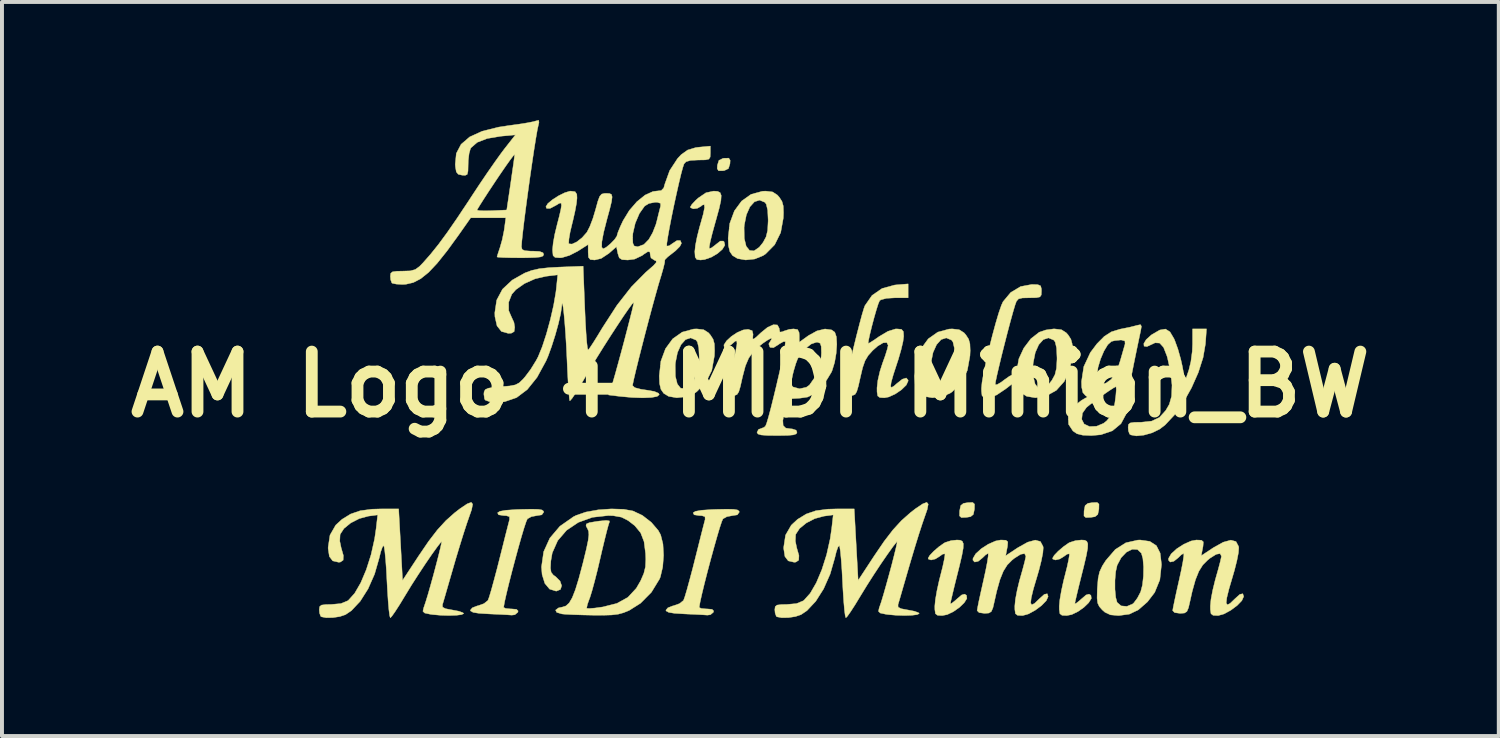
<source format=kicad_pcb>
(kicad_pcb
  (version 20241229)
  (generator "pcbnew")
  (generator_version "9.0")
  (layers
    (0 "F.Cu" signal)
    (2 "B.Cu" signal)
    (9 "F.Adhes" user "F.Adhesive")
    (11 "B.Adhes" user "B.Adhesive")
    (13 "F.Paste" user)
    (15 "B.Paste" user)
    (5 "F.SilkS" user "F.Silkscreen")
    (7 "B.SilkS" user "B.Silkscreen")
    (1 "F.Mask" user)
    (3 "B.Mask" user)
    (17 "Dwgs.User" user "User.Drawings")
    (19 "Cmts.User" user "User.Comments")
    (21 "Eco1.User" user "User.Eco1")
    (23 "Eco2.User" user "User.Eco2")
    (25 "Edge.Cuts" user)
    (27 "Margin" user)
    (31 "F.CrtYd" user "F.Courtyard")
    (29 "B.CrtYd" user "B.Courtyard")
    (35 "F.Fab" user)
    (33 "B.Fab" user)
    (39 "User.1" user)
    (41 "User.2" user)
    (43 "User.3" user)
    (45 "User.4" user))
  (footprint "AM Logo + MIDI Minion_BW"
    (layer "F.Cu")
    (at 16.009 6.715)
    (property "Reference" "AM Logo + MIDI Minion_BW" (at 0 0 0) (layer "F.SilkS") (effects (font (size 1.524 1.524) (thickness 0.3))))
    (attr through_hole)
    (fp_poly (pts (xy -0.513 -5.693) (xy -0.518 -5.606) (xy -0.556 -5.484) (xy -0.658 -5.434) (xy -0.696 -5.429) (xy -0.808 -5.428) (xy -0.842 -5.483) (xy -0.837 -5.57) (xy -0.798 -5.692) (xy -0.697 -5.742) (xy -0.659 -5.747) (xy -0.547 -5.748) (xy -0.513 -5.693)) (stroke (width 0.01) (type solid)) (fill yes) (layer "F.SilkS"))
    (fp_poly (pts (xy 5.694 3.039) (xy 5.692 3.16) (xy 5.691 3.171) (xy 5.664 3.302) (xy 5.593 3.359) (xy 5.485 3.376) (xy 5.359 3.381) (xy 5.313 3.339) (xy 5.315 3.219) (xy 5.316 3.207) (xy 5.343 3.076) (xy 5.413 3.02) (xy 5.521 3.002) (xy 5.648 2.997) (xy 5.694 3.039)) (stroke (width 0.01) (type solid)) (fill yes) (layer "F.SilkS"))
    (fp_poly (pts (xy 8.855 3.039) (xy 8.853 3.16) (xy 8.852 3.171) (xy 8.825 3.302) (xy 8.754 3.359) (xy 8.646 3.376) (xy 8.52 3.381) (xy 8.474 3.339) (xy 8.476 3.219) (xy 8.477 3.207) (xy 8.503 3.076) (xy 8.574 3.02) (xy 8.682 3.002) (xy 8.809 2.997) (xy 8.855 3.039)) (stroke (width 0.01) (type solid)) (fill yes) (layer "F.SilkS"))
    (fp_poly (pts (xy -1.186 -1.39) (xy -1.063 -1.312) (xy -1.015 -1.256) (xy -0.947 -1.151) (xy -0.914 -1.032) (xy -0.908 -0.861) (xy -0.913 -0.728) (xy -0.98 -0.357) (xy -1.132 -0.049) (xy -1.363 0.185) (xy -1.427 0.228) (xy -1.64 0.313) (xy -1.869 0.338) (xy -2.076 0.302) (xy -2.201 0.226) (xy -2.271 0.125) (xy -2.306 -0.021) (xy -2.314 -0.219) (xy -2.284 -0.487) (xy -1.908 -0.487) (xy -1.904 -0.207) (xy -1.855 -0.011) (xy -1.771 0.095) (xy -1.657 0.106) (xy -1.524 0.015) (xy -1.427 -0.107) (xy -1.351 -0.249) (xy -1.311 -0.411) (xy -1.298 -0.637) (xy -1.298 -0.679) (xy -1.31 -0.928) (xy -1.345 -1.078) (xy -1.38 -1.127) (xy -1.515 -1.183) (xy -1.646 -1.14) (xy -1.761 -1.011) (xy -1.851 -0.811) (xy -1.903 -0.551) (xy -1.908 -0.487) (xy -2.284 -0.487) (xy -2.273 -0.591) (xy -2.155 -0.909) (xy -1.972 -1.159) (xy -1.731 -1.329) (xy -1.444 -1.407) (xy -1.362 -1.411) (xy -1.186 -1.39)) (stroke (width 0.01) (type solid)) (fill yes) (layer "F.SilkS"))
    (fp_poly (pts (xy -0.83 -4.904) (xy -0.767 -4.872) (xy -0.74 -4.8) (xy -0.748 -4.673) (xy -0.792 -4.474) (xy -0.87 -4.189) (xy -0.904 -4.069) (xy -0.97 -3.828) (xy -1.019 -3.629) (xy -1.044 -3.496) (xy -1.044 -3.453) (xy -0.989 -3.468) (xy -0.891 -3.541) (xy -0.874 -3.557) (xy -0.763 -3.642) (xy -0.688 -3.642) (xy -0.667 -3.624) (xy -0.647 -3.539) (xy -0.71 -3.434) (xy -0.833 -3.326) (xy -0.991 -3.233) (xy -1.162 -3.173) (xy -1.267 -3.161) (xy -1.361 -3.174) (xy -1.402 -3.233) (xy -1.411 -3.372) (xy -1.411 -3.377) (xy -1.395 -3.532) (xy -1.351 -3.754) (xy -1.289 -3.999) (xy -1.27 -4.064) (xy -1.196 -4.328) (xy -1.163 -4.494) (xy -1.171 -4.568) (xy -1.22 -4.556) (xy -1.254 -4.526) (xy -1.347 -4.474) (xy -1.451 -4.461) (xy -1.518 -4.49) (xy -1.524 -4.51) (xy -1.485 -4.574) (xy -1.386 -4.679) (xy -1.324 -4.735) (xy -1.128 -4.869) (xy -0.934 -4.911) (xy -0.929 -4.911) (xy -0.83 -4.904)) (stroke (width 0.01) (type solid)) (fill yes) (layer "F.SilkS"))
    (fp_poly (pts (xy 0.564 -4.89) (xy 0.686 -4.811) (xy 0.735 -4.755) (xy 0.803 -4.65) (xy 0.836 -4.532) (xy 0.842 -4.361) (xy 0.837 -4.227) (xy 0.77 -3.857) (xy 0.618 -3.549) (xy 0.387 -3.315) (xy 0.322 -3.272) (xy 0.11 -3.186) (xy -0.119 -3.162) (xy -0.326 -3.198) (xy -0.452 -3.274) (xy -0.521 -3.375) (xy -0.556 -3.521) (xy -0.564 -3.718) (xy -0.535 -3.986) (xy -0.159 -3.986) (xy -0.154 -3.707) (xy -0.106 -3.511) (xy -0.021 -3.404) (xy 0.092 -3.393) (xy 0.226 -3.485) (xy 0.323 -3.607) (xy 0.399 -3.748) (xy 0.439 -3.911) (xy 0.451 -4.136) (xy 0.452 -4.178) (xy 0.44 -4.428) (xy 0.404 -4.578) (xy 0.37 -4.626) (xy 0.235 -4.682) (xy 0.104 -4.64) (xy -0.012 -4.511) (xy -0.101 -4.31) (xy -0.153 -4.051) (xy -0.159 -3.986) (xy -0.535 -3.986) (xy -0.523 -4.091) (xy -0.406 -4.408) (xy -0.222 -4.658) (xy 0.018 -4.829) (xy 0.305 -4.907) (xy 0.388 -4.911) (xy 0.564 -4.89)) (stroke (width 0.01) (type solid)) (fill yes) (layer "F.SilkS"))
    (fp_poly (pts (xy 5.305 -1.39) (xy 5.428 -1.312) (xy 5.476 -1.256) (xy 5.544 -1.151) (xy 5.577 -1.032) (xy 5.584 -0.861) (xy 5.578 -0.728) (xy 5.511 -0.357) (xy 5.359 -0.049) (xy 5.128 0.185) (xy 5.064 0.228) (xy 4.851 0.313) (xy 4.622 0.338) (xy 4.415 0.302) (xy 4.29 0.226) (xy 4.22 0.125) (xy 4.185 -0.021) (xy 4.177 -0.219) (xy 4.207 -0.487) (xy 4.583 -0.487) (xy 4.587 -0.207) (xy 4.636 -0.011) (xy 4.721 0.095) (xy 4.834 0.106) (xy 4.967 0.015) (xy 5.064 -0.107) (xy 5.14 -0.249) (xy 5.18 -0.411) (xy 5.193 -0.637) (xy 5.193 -0.679) (xy 5.181 -0.928) (xy 5.146 -1.078) (xy 5.111 -1.127) (xy 4.976 -1.183) (xy 4.845 -1.14) (xy 4.73 -1.011) (xy 4.64 -0.811) (xy 4.588 -0.551) (xy 4.583 -0.487) (xy 4.207 -0.487) (xy 4.218 -0.591) (xy 4.336 -0.909) (xy 4.519 -1.159) (xy 4.76 -1.329) (xy 5.047 -1.407) (xy 5.13 -1.411) (xy 5.305 -1.39)) (stroke (width 0.01) (type solid)) (fill yes) (layer "F.SilkS"))
    (fp_poly (pts (xy 5.33 3.956) (xy 5.384 3.983) (xy 5.41 4.046) (xy 5.406 4.16) (xy 5.373 4.342) (xy 5.311 4.607) (xy 5.249 4.854) (xy 5.184 5.115) (xy 5.131 5.336) (xy 5.094 5.494) (xy 5.08 5.566) (xy 5.08 5.567) (xy 5.115 5.559) (xy 5.204 5.488) (xy 5.25 5.447) (xy 5.367 5.347) (xy 5.442 5.326) (xy 5.49 5.356) (xy 5.5 5.436) (xy 5.432 5.545) (xy 5.311 5.662) (xy 5.159 5.769) (xy 5.002 5.845) (xy 4.875 5.87) (xy 4.756 5.864) (xy 4.701 5.823) (xy 4.686 5.717) (xy 4.685 5.63) (xy 4.7 5.468) (xy 4.74 5.237) (xy 4.797 4.977) (xy 4.827 4.86) (xy 4.885 4.631) (xy 4.925 4.445) (xy 4.943 4.328) (xy 4.94 4.301) (xy 4.882 4.311) (xy 4.808 4.365) (xy 4.699 4.433) (xy 4.59 4.459) (xy 4.522 4.436) (xy 4.516 4.413) (xy 4.557 4.342) (xy 4.659 4.235) (xy 4.79 4.122) (xy 4.919 4.031) (xy 4.949 4.014) (xy 5.098 3.967) (xy 5.246 3.951) (xy 5.33 3.956)) (stroke (width 0.01) (type solid)) (fill yes) (layer "F.SilkS"))
    (fp_poly (pts (xy 8.491 3.956) (xy 8.545 3.983) (xy 8.571 4.046) (xy 8.567 4.16) (xy 8.534 4.342) (xy 8.472 4.607) (xy 8.41 4.854) (xy 8.345 5.115) (xy 8.292 5.336) (xy 8.255 5.494) (xy 8.241 5.566) (xy 8.241 5.567) (xy 8.276 5.559) (xy 8.365 5.488) (xy 8.411 5.447) (xy 8.528 5.347) (xy 8.603 5.326) (xy 8.65 5.356) (xy 8.661 5.436) (xy 8.593 5.545) (xy 8.472 5.662) (xy 8.32 5.769) (xy 8.163 5.845) (xy 8.036 5.87) (xy 7.917 5.864) (xy 7.862 5.823) (xy 7.847 5.717) (xy 7.846 5.63) (xy 7.861 5.468) (xy 7.901 5.237) (xy 7.958 4.977) (xy 7.988 4.86) (xy 8.046 4.631) (xy 8.086 4.445) (xy 8.104 4.328) (xy 8.101 4.301) (xy 8.043 4.311) (xy 7.969 4.365) (xy 7.86 4.433) (xy 7.751 4.459) (xy 7.683 4.436) (xy 7.676 4.413) (xy 7.717 4.342) (xy 7.819 4.235) (xy 7.951 4.122) (xy 8.08 4.031) (xy 8.11 4.014) (xy 8.259 3.967) (xy 8.407 3.951) (xy 8.491 3.956)) (stroke (width 0.01) (type solid)) (fill yes) (layer "F.SilkS"))
    (fp_poly (pts (xy 10.146 3.986) (xy 10.313 4.094) (xy 10.409 4.284) (xy 10.442 4.564) (xy 10.442 4.582) (xy 10.401 4.962) (xy 10.27 5.283) (xy 10.087 5.522) (xy 9.856 5.724) (xy 9.627 5.834) (xy 9.363 5.87) (xy 9.342 5.87) (xy 9.146 5.852) (xy 9.006 5.786) (xy 8.938 5.726) (xy 8.863 5.641) (xy 8.822 5.553) (xy 8.807 5.429) (xy 8.811 5.234) (xy 8.812 5.204) (xy 9.261 5.204) (xy 9.28 5.407) (xy 9.315 5.535) (xy 9.418 5.624) (xy 9.564 5.637) (xy 9.71 5.575) (xy 9.74 5.548) (xy 9.83 5.428) (xy 9.912 5.271) (xy 9.914 5.267) (xy 9.959 5.095) (xy 9.984 4.869) (xy 9.988 4.631) (xy 9.97 4.421) (xy 9.932 4.286) (xy 9.833 4.192) (xy 9.7 4.186) (xy 9.555 4.258) (xy 9.42 4.398) (xy 9.317 4.59) (xy 9.28 4.754) (xy 9.261 4.972) (xy 9.261 5.204) (xy 8.812 5.204) (xy 8.814 5.168) (xy 8.833 4.931) (xy 8.87 4.761) (xy 8.941 4.608) (xy 9.03 4.469) (xy 9.269 4.192) (xy 9.538 4.021) (xy 9.843 3.953) (xy 9.902 3.951) (xy 10.146 3.986)) (stroke (width 0.01) (type solid)) (fill yes) (layer "F.SilkS"))
    (fp_poly (pts (xy 11.559 -1.03) (xy 11.499 -0.682) (xy 11.377 -0.301) (xy 11.205 0.086) (xy 10.999 0.454) (xy 10.77 0.777) (xy 10.534 1.029) (xy 10.394 1.136) (xy 10.205 1.228) (xy 9.996 1.287) (xy 9.805 1.307) (xy 9.665 1.282) (xy 9.633 1.261) (xy 9.603 1.18) (xy 9.596 1.091) (xy 9.604 1.017) (xy 9.648 0.978) (xy 9.754 0.962) (xy 9.926 0.96) (xy 10.191 0.932) (xy 10.39 0.838) (xy 10.551 0.66) (xy 10.641 0.505) (xy 10.699 0.3) (xy 10.71 0.018) (xy 10.675 -0.314) (xy 10.596 -0.672) (xy 10.581 -0.724) (xy 10.496 -0.941) (xy 10.397 -1.051) (xy 10.279 -1.058) (xy 10.21 -1.025) (xy 10.073 -0.962) (xy 10 -0.973) (xy 9.994 -1.038) (xy 10.053 -1.138) (xy 10.179 -1.252) (xy 10.201 -1.268) (xy 10.4 -1.383) (xy 10.545 -1.407) (xy 10.658 -1.336) (xy 10.76 -1.164) (xy 10.779 -1.121) (xy 10.859 -0.901) (xy 10.933 -0.637) (xy 10.973 -0.458) (xy 11.042 -0.085) (xy 11.137 -0.363) (xy 11.189 -0.577) (xy 11.224 -0.839) (xy 11.232 -1.026) (xy 11.232 -1.411) (xy 11.586 -1.411) (xy 11.559 -1.03)) (stroke (width 0.01) (type solid)) (fill yes) (layer "F.SilkS"))
    (fp_poly (pts (xy -5.39 3.172) (xy -5.294 3.188) (xy -5.254 3.218) (xy -5.249 3.244) (xy -5.298 3.312) (xy -5.415 3.33) (xy -5.564 3.358) (xy -5.663 3.414) (xy -5.694 3.484) (xy -5.747 3.643) (xy -5.815 3.87) (xy -5.893 4.146) (xy -5.975 4.448) (xy -6.057 4.757) (xy -6.132 5.051) (xy -6.195 5.311) (xy -6.241 5.515) (xy -6.264 5.643) (xy -6.265 5.664) (xy -6.216 5.689) (xy -6.094 5.701) (xy -6.07 5.701) (xy -5.939 5.712) (xy -5.899 5.753) (xy -5.906 5.786) (xy -5.981 5.849) (xy -6.06 5.859) (xy -6.172 5.851) (xy -6.36 5.841) (xy -6.589 5.831) (xy -6.646 5.828) (xy -6.893 5.813) (xy -7.041 5.789) (xy -7.106 5.753) (xy -7.112 5.733) (xy -7.062 5.673) (xy -6.939 5.625) (xy -6.915 5.62) (xy -6.767 5.567) (xy -6.668 5.488) (xy -6.663 5.48) (xy -6.631 5.392) (xy -6.578 5.215) (xy -6.511 4.97) (xy -6.433 4.678) (xy -6.376 4.452) (xy -6.297 4.139) (xy -6.227 3.859) (xy -6.169 3.632) (xy -6.13 3.481) (xy -6.117 3.429) (xy -6.119 3.359) (xy -6.197 3.333) (xy -6.266 3.33) (xy -6.395 3.311) (xy -6.421 3.26) (xy -6.361 3.222) (xy -6.205 3.195) (xy -5.946 3.177) (xy -5.823 3.173) (xy -5.56 3.168) (xy -5.39 3.172)) (stroke (width 0.01) (type solid)) (fill yes) (layer "F.SilkS"))
    (fp_poly (pts (xy -0.423 3.172) (xy -0.327 3.188) (xy -0.287 3.218) (xy -0.282 3.244) (xy -0.331 3.312) (xy -0.448 3.33) (xy -0.597 3.358) (xy -0.696 3.414) (xy -0.727 3.484) (xy -0.78 3.643) (xy -0.847 3.87) (xy -0.925 4.146) (xy -1.008 4.448) (xy -1.09 4.757) (xy -1.165 5.051) (xy -1.228 5.311) (xy -1.274 5.515) (xy -1.297 5.643) (xy -1.298 5.664) (xy -1.249 5.689) (xy -1.127 5.701) (xy -1.102 5.701) (xy -0.972 5.712) (xy -0.932 5.753) (xy -0.939 5.786) (xy -1.014 5.849) (xy -1.093 5.859) (xy -1.205 5.851) (xy -1.393 5.841) (xy -1.622 5.831) (xy -1.679 5.828) (xy -1.926 5.813) (xy -2.074 5.789) (xy -2.139 5.753) (xy -2.145 5.733) (xy -2.095 5.673) (xy -1.972 5.625) (xy -1.948 5.62) (xy -1.8 5.567) (xy -1.701 5.488) (xy -1.696 5.48) (xy -1.664 5.392) (xy -1.611 5.215) (xy -1.544 4.97) (xy -1.466 4.678) (xy -1.409 4.452) (xy -1.33 4.139) (xy -1.26 3.859) (xy -1.202 3.632) (xy -1.163 3.481) (xy -1.149 3.429) (xy -1.152 3.359) (xy -1.23 3.333) (xy -1.299 3.33) (xy -1.428 3.311) (xy -1.454 3.26) (xy -1.394 3.222) (xy -1.238 3.195) (xy -0.979 3.177) (xy -0.856 3.173) (xy -0.593 3.168) (xy -0.423 3.172)) (stroke (width 0.01) (type solid)) (fill yes) (layer "F.SilkS"))
    (fp_poly (pts (xy 4.008 -2.201) (xy 3.676 -2.201) (xy 3.457 -2.188) (xy 3.316 -2.151) (xy 3.283 -2.127) (xy 3.25 -2.052) (xy 3.201 -1.898) (xy 3.143 -1.696) (xy 3.085 -1.478) (xy 3.035 -1.274) (xy 3.001 -1.115) (xy 2.992 -1.042) (xy 3.033 -1.058) (xy 3.14 -1.126) (xy 3.266 -1.214) (xy 3.495 -1.35) (xy 3.688 -1.41) (xy 3.718 -1.411) (xy 3.839 -1.4) (xy 3.887 -1.343) (xy 3.895 -1.224) (xy 3.877 -1.087) (xy 3.828 -0.88) (xy 3.759 -0.639) (xy 3.725 -0.536) (xy 3.631 -0.248) (xy 3.577 -0.056) (xy 3.563 0.049) (xy 3.588 0.077) (xy 3.653 0.037) (xy 3.714 -0.018) (xy 3.859 -0.133) (xy 3.96 -0.165) (xy 4.006 -0.112) (xy 4.008 -0.089) (xy 3.96 0.016) (xy 3.839 0.134) (xy 3.679 0.243) (xy 3.513 0.318) (xy 3.402 0.339) (xy 3.288 0.332) (xy 3.235 0.293) (xy 3.218 0.19) (xy 3.217 0.086) (xy 3.238 -0.101) (xy 3.292 -0.336) (xy 3.358 -0.542) (xy 3.429 -0.739) (xy 3.479 -0.901) (xy 3.5 -0.993) (xy 3.5 -0.994) (xy 3.465 -1.065) (xy 3.371 -1.057) (xy 3.234 -0.975) (xy 3.105 -0.861) (xy 2.992 -0.734) (xy 2.913 -0.602) (xy 2.852 -0.428) (xy 2.794 -0.183) (xy 2.743 0.043) (xy 2.702 0.181) (xy 2.66 0.252) (xy 2.602 0.278) (xy 2.532 0.282) (xy 2.417 0.266) (xy 2.371 0.23) (xy 2.384 0.128) (xy 2.421 -0.061) (xy 2.476 -0.314) (xy 2.544 -0.609) (xy 2.619 -0.924) (xy 2.696 -1.237) (xy 2.77 -1.524) (xy 2.834 -1.764) (xy 2.885 -1.934) (xy 2.91 -2.002) (xy 3.091 -2.262) (xy 3.346 -2.438) (xy 3.664 -2.525) (xy 3.701 -2.529) (xy 4.008 -2.554) (xy 4.008 -2.201)) (stroke (width 0.01) (type solid)) (fill yes) (layer "F.SilkS"))
    (fp_poly (pts (xy 6.492 3.957) (xy 6.539 3.998) (xy 6.531 4.107) (xy 6.523 4.151) (xy 6.485 4.351) (xy 6.793 4.147) (xy 7.043 4.007) (xy 7.237 3.954) (xy 7.368 3.99) (xy 7.434 4.114) (xy 7.439 4.149) (xy 7.43 4.274) (xy 7.391 4.474) (xy 7.33 4.717) (xy 7.284 4.875) (xy 7.188 5.198) (xy 7.134 5.421) (xy 7.12 5.552) (xy 7.148 5.597) (xy 7.218 5.562) (xy 7.332 5.453) (xy 7.338 5.447) (xy 7.466 5.332) (xy 7.541 5.316) (xy 7.564 5.386) (xy 7.517 5.491) (xy 7.397 5.615) (xy 7.236 5.735) (xy 7.066 5.828) (xy 6.918 5.87) (xy 6.904 5.87) (xy 6.787 5.864) (xy 6.733 5.823) (xy 6.718 5.717) (xy 6.717 5.627) (xy 6.733 5.458) (xy 6.777 5.226) (xy 6.838 4.973) (xy 6.857 4.908) (xy 6.92 4.685) (xy 6.969 4.5) (xy 6.995 4.382) (xy 6.998 4.36) (xy 6.964 4.296) (xy 6.865 4.314) (xy 6.708 4.413) (xy 6.649 4.46) (xy 6.525 4.585) (xy 6.425 4.745) (xy 6.338 4.962) (xy 6.256 5.256) (xy 6.204 5.489) (xy 6.162 5.671) (xy 6.121 5.767) (xy 6.06 5.806) (xy 5.958 5.814) (xy 5.946 5.814) (xy 5.81 5.795) (xy 5.76 5.744) (xy 5.76 5.743) (xy 5.773 5.664) (xy 5.806 5.498) (xy 5.856 5.269) (xy 5.916 5.002) (xy 5.921 4.981) (xy 5.978 4.72) (xy 6.02 4.504) (xy 6.042 4.354) (xy 6.042 4.291) (xy 6.04 4.29) (xy 5.977 4.327) (xy 5.898 4.403) (xy 5.789 4.491) (xy 5.697 4.511) (xy 5.653 4.462) (xy 5.655 4.419) (xy 5.723 4.302) (xy 5.864 4.173) (xy 6.044 4.057) (xy 6.229 3.976) (xy 6.361 3.951) (xy 6.492 3.957)) (stroke (width 0.01) (type solid)) (fill yes) (layer "F.SilkS"))
    (fp_poly (pts (xy 11.459 3.957) (xy 11.506 3.998) (xy 11.498 4.107) (xy 11.49 4.151) (xy 11.452 4.351) (xy 11.76 4.147) (xy 12.011 4.007) (xy 12.204 3.954) (xy 12.335 3.99) (xy 12.401 4.114) (xy 12.406 4.149) (xy 12.397 4.274) (xy 12.358 4.474) (xy 12.297 4.717) (xy 12.251 4.875) (xy 12.156 5.198) (xy 12.101 5.421) (xy 12.087 5.552) (xy 12.115 5.597) (xy 12.185 5.562) (xy 12.299 5.453) (xy 12.305 5.447) (xy 12.433 5.332) (xy 12.508 5.316) (xy 12.531 5.386) (xy 12.484 5.491) (xy 12.364 5.615) (xy 12.203 5.735) (xy 12.033 5.828) (xy 11.885 5.87) (xy 11.871 5.87) (xy 11.754 5.864) (xy 11.7 5.823) (xy 11.685 5.717) (xy 11.684 5.627) (xy 11.7 5.458) (xy 11.744 5.226) (xy 11.806 4.973) (xy 11.824 4.908) (xy 11.887 4.685) (xy 11.936 4.5) (xy 11.962 4.382) (xy 11.965 4.36) (xy 11.931 4.296) (xy 11.832 4.314) (xy 11.675 4.413) (xy 11.617 4.46) (xy 11.492 4.585) (xy 11.392 4.745) (xy 11.305 4.962) (xy 11.223 5.256) (xy 11.171 5.489) (xy 11.129 5.671) (xy 11.088 5.767) (xy 11.027 5.806) (xy 10.925 5.814) (xy 10.913 5.814) (xy 10.777 5.795) (xy 10.727 5.744) (xy 10.727 5.743) (xy 10.74 5.664) (xy 10.774 5.498) (xy 10.823 5.269) (xy 10.883 5.002) (xy 10.888 4.981) (xy 10.945 4.72) (xy 10.987 4.504) (xy 11.009 4.354) (xy 11.009 4.291) (xy 11.007 4.29) (xy 10.944 4.327) (xy 10.866 4.403) (xy 10.756 4.491) (xy 10.664 4.511) (xy 10.62 4.462) (xy 10.622 4.419) (xy 10.69 4.302) (xy 10.831 4.173) (xy 11.012 4.057) (xy 11.196 3.976) (xy 11.328 3.951) (xy 11.459 3.957)) (stroke (width 0.01) (type solid)) (fill yes) (layer "F.SilkS"))
    (fp_poly (pts (xy 9.933 -1.477) (xy 9.917 -1.378) (xy 9.818 -0.907) (xy 9.741 -0.532) (xy 9.683 -0.239) (xy 9.642 -0.013) (xy 9.616 0.159) (xy 9.601 0.293) (xy 9.596 0.403) (xy 9.596 0.423) (xy 9.549 0.744) (xy 9.413 0.997) (xy 9.196 1.177) (xy 8.902 1.277) (xy 8.661 1.298) (xy 8.441 1.288) (xy 8.297 1.252) (xy 8.195 1.183) (xy 8.083 1.013) (xy 8.077 0.886) (xy 8.417 0.886) (xy 8.478 1.005) (xy 8.615 1.069) (xy 8.792 1.062) (xy 8.97 0.988) (xy 9.053 0.922) (xy 9.16 0.791) (xy 9.223 0.667) (xy 9.226 0.654) (xy 9.26 0.457) (xy 9.284 0.272) (xy 9.295 0.129) (xy 9.289 0.059) (xy 9.286 0.056) (xy 9.225 0.087) (xy 9.102 0.167) (xy 8.943 0.277) (xy 8.776 0.398) (xy 8.628 0.51) (xy 8.537 0.584) (xy 8.434 0.73) (xy 8.417 0.886) (xy 8.077 0.886) (xy 8.074 0.821) (xy 8.167 0.626) (xy 8.271 0.514) (xy 8.404 0.409) (xy 8.51 0.345) (xy 8.539 0.337) (xy 8.556 0.314) (xy 8.509 0.278) (xy 8.446 0.207) (xy 8.416 0.072) (xy 8.411 -0.073) (xy 8.437 -0.24) (xy 8.806 -0.24) (xy 8.814 -0.087) (xy 8.847 -0.017) (xy 8.921 -0.000001) (xy 8.921 0) (xy 9.04 -0.038) (xy 9.167 -0.131) (xy 9.168 -0.132) (xy 9.256 -0.259) (xy 9.344 -0.448) (xy 9.394 -0.598) (xy 9.45 -0.793) (xy 9.496 -0.954) (xy 9.518 -1.03) (xy 9.513 -1.105) (xy 9.423 -1.129) (xy 9.406 -1.129) (xy 9.256 -1.114) (xy 9.17 -1.092) (xy 9.079 -1.01) (xy 8.982 -0.85) (xy 8.895 -0.646) (xy 8.831 -0.433) (xy 8.806 -0.243) (xy 8.806 -0.24) (xy 8.437 -0.24) (xy 8.469 -0.452) (xy 8.637 -0.812) (xy 8.806 -1.036) (xy 8.991 -1.222) (xy 9.169 -1.336) (xy 9.389 -1.404) (xy 9.454 -1.417) (xy 9.638 -1.454) (xy 9.796 -1.494) (xy 9.816 -1.5) (xy 9.909 -1.519) (xy 9.933 -1.477)) (stroke (width 0.01) (type solid)) (fill yes) (layer "F.SilkS"))
    (fp_poly (pts (xy 7.301 -2.535) (xy 7.373 -2.504) (xy 7.393 -2.427) (xy 7.394 -2.371) (xy 7.389 -2.273) (xy 7.354 -2.223) (xy 7.262 -2.204) (xy 7.088 -2.201) (xy 6.91 -2.197) (xy 6.812 -2.174) (xy 6.759 -2.114) (xy 6.724 -2.018) (xy 6.671 -1.84) (xy 6.605 -1.601) (xy 6.531 -1.322) (xy 6.455 -1.025) (xy 6.381 -0.731) (xy 6.316 -0.46) (xy 6.263 -0.233) (xy 6.229 -0.072) (xy 6.219 0.002) (xy 6.22 0.004) (xy 6.268 0.003) (xy 6.373 -0.058) (xy 6.449 -0.116) (xy 6.582 -0.21) (xy 6.685 -0.256) (xy 6.716 -0.254) (xy 6.757 -0.275) (xy 6.773 -0.385) (xy 6.773 -0.385) (xy 6.791 -0.487) (xy 7.179 -0.487) (xy 7.184 -0.207) (xy 7.232 -0.011) (xy 7.317 0.095) (xy 7.43 0.106) (xy 7.563 0.015) (xy 7.66 -0.107) (xy 7.737 -0.249) (xy 7.776 -0.411) (xy 7.789 -0.637) (xy 7.789 -0.679) (xy 7.778 -0.928) (xy 7.742 -1.078) (xy 7.707 -1.127) (xy 7.573 -1.183) (xy 7.442 -1.14) (xy 7.326 -1.011) (xy 7.237 -0.811) (xy 7.185 -0.551) (xy 7.179 -0.487) (xy 6.791 -0.487) (xy 6.82 -0.652) (xy 6.945 -0.923) (xy 7.125 -1.161) (xy 7.336 -1.326) (xy 7.34 -1.328) (xy 7.507 -1.384) (xy 7.703 -1.411) (xy 7.726 -1.411) (xy 7.902 -1.39) (xy 8.024 -1.312) (xy 8.073 -1.256) (xy 8.141 -1.151) (xy 8.174 -1.032) (xy 8.18 -0.861) (xy 8.174 -0.728) (xy 8.112 -0.373) (xy 7.973 -0.076) (xy 7.771 0.15) (xy 7.516 0.292) (xy 7.239 0.338) (xy 7.019 0.301) (xy 6.858 0.2) (xy 6.778 0.051) (xy 6.773 -0.001) (xy 6.763 -0.055) (xy 6.72 -0.055) (xy 6.626 0.004) (xy 6.486 0.112) (xy 6.256 0.267) (xy 6.072 0.336) (xy 6.034 0.339) (xy 5.931 0.33) (xy 5.884 0.284) (xy 5.871 0.167) (xy 5.87 0.099) (xy 5.885 -0.058) (xy 5.927 -0.294) (xy 5.988 -0.586) (xy 6.062 -0.908) (xy 6.145 -1.236) (xy 6.229 -1.546) (xy 6.308 -1.813) (xy 6.377 -2.012) (xy 6.418 -2.102) (xy 6.613 -2.336) (xy 6.865 -2.487) (xy 7.149 -2.54) (xy 7.301 -2.535)) (stroke (width 0.01) (type solid)) (fill yes) (layer "F.SilkS"))
    (fp_poly (pts (xy -3.216 3.171) (xy -2.981 3.214) (xy -2.743 3.326) (xy -2.516 3.502) (xy -2.339 3.709) (xy -2.278 3.821) (xy -2.22 4.052) (xy -2.204 4.339) (xy -2.226 4.634) (xy -2.286 4.889) (xy -2.308 4.943) (xy -2.513 5.278) (xy -2.789 5.557) (xy -3.076 5.738) (xy -3.219 5.797) (xy -3.357 5.835) (xy -3.523 5.855) (xy -3.746 5.862) (xy -3.979 5.861) (xy -4.254 5.855) (xy -4.505 5.847) (xy -4.7 5.837) (xy -4.787 5.829) (xy -4.919 5.789) (xy -4.947 5.731) (xy -4.874 5.676) (xy -4.774 5.654) (xy -4.684 5.625) (xy -4.602 5.55) (xy -4.524 5.417) (xy -4.444 5.213) (xy -4.356 4.926) (xy -4.254 4.543) (xy -4.237 4.474) (xy -4.164 4.174) (xy -4.12 3.963) (xy -4.102 3.821) (xy -4.109 3.728) (xy -4.132 3.672) (xy -4.174 3.592) (xy -4.165 3.543) (xy -4.087 3.51) (xy -3.92 3.482) (xy -3.845 3.471) (xy -3.661 3.454) (xy -3.58 3.466) (xy -3.579 3.491) (xy -3.604 3.565) (xy -3.648 3.728) (xy -3.706 3.96) (xy -3.773 4.24) (xy -3.808 4.392) (xy -3.881 4.704) (xy -3.955 4.995) (xy -4.021 5.237) (xy -4.073 5.406) (xy -4.089 5.447) (xy -4.139 5.586) (xy -4.157 5.675) (xy -4.154 5.686) (xy -4.09 5.691) (xy -3.946 5.679) (xy -3.752 5.652) (xy -3.751 5.652) (xy -3.389 5.561) (xy -3.111 5.407) (xy -2.897 5.177) (xy -2.788 4.989) (xy -2.706 4.8) (xy -2.665 4.634) (xy -2.656 4.44) (xy -2.662 4.292) (xy -2.7 3.993) (xy -2.786 3.769) (xy -2.936 3.587) (xy -3.104 3.457) (xy -3.274 3.371) (xy -3.481 3.334) (xy -3.612 3.33) (xy -4.014 3.375) (xy -4.37 3.504) (xy -4.668 3.704) (xy -4.893 3.966) (xy -5.032 4.279) (xy -5.068 4.485) (xy -5.077 4.665) (xy -5.06 4.771) (xy -5.004 4.842) (xy -4.945 4.883) (xy -4.834 4.994) (xy -4.793 5.112) (xy -4.823 5.207) (xy -4.926 5.249) (xy -4.935 5.249) (xy -5.099 5.198) (xy -5.22 5.053) (xy -5.29 4.828) (xy -5.305 4.635) (xy -5.25 4.249) (xy -5.092 3.901) (xy -4.838 3.602) (xy -4.494 3.361) (xy -4.423 3.325) (xy -4.178 3.241) (xy -3.867 3.185) (xy -3.531 3.161) (xy -3.216 3.171)) (stroke (width 0.01) (type solid)) (fill yes) (layer "F.SilkS"))
    (fp_poly (pts (xy -5.369 -6.655) (xy -5.382 -6.599) (xy -5.41 -6.473) (xy -5.448 -6.254) (xy -5.494 -5.965) (xy -5.545 -5.624) (xy -5.599 -5.252) (xy -5.652 -4.869) (xy -5.702 -4.496) (xy -5.746 -4.153) (xy -5.781 -3.859) (xy -5.805 -3.635) (xy -5.814 -3.502) (xy -5.814 -3.497) (xy -5.798 -3.431) (xy -5.733 -3.398) (xy -5.591 -3.387) (xy -5.532 -3.387) (xy -5.354 -3.378) (xy -5.267 -3.346) (xy -5.249 -3.302) (xy -5.268 -3.263) (xy -5.334 -3.238) (xy -5.468 -3.224) (xy -5.686 -3.218) (xy -5.842 -3.217) (xy -6.085 -3.219) (xy -6.28 -3.224) (xy -6.403 -3.232) (xy -6.435 -3.238) (xy -6.418 -3.3) (xy -6.376 -3.428) (xy -6.359 -3.478) (xy -6.302 -3.678) (xy -6.256 -3.905) (xy -6.247 -3.965) (xy -6.211 -4.233) (xy -7.103 -4.233) (xy -7.41 -3.796) (xy -7.704 -3.392) (xy -7.955 -3.078) (xy -8.174 -2.846) (xy -8.373 -2.686) (xy -8.56 -2.589) (xy -8.748 -2.545) (xy -8.838 -2.54) (xy -8.992 -2.549) (xy -9.093 -2.57) (xy -9.106 -2.578) (xy -9.136 -2.658) (xy -9.144 -2.747) (xy -9.135 -2.822) (xy -9.089 -2.861) (xy -8.979 -2.876) (xy -8.827 -2.879) (xy -8.637 -2.885) (xy -8.512 -2.919) (xy -8.403 -2.998) (xy -8.314 -3.09) (xy -8.123 -3.307) (xy -7.922 -3.557) (xy -7.702 -3.856) (xy -7.451 -4.219) (xy -7.311 -4.429) (xy -6.943 -4.429) (xy -6.891 -4.416) (xy -6.756 -4.41) (xy -6.567 -4.414) (xy -6.565 -4.414) (xy -6.188 -4.431) (xy -6.088 -5.108) (xy -6.05 -5.375) (xy -6.017 -5.602) (xy -5.995 -5.766) (xy -5.986 -5.841) (xy -5.986 -5.842) (xy -6.014 -5.817) (xy -6.094 -5.713) (xy -6.215 -5.543) (xy -6.366 -5.323) (xy -6.463 -5.179) (xy -6.629 -4.929) (xy -6.77 -4.712) (xy -6.875 -4.546) (xy -6.934 -4.448) (xy -6.943 -4.429) (xy -7.311 -4.429) (xy -7.156 -4.662) (xy -7.086 -4.77) (xy -6.884 -5.076) (xy -6.679 -5.379) (xy -6.488 -5.653) (xy -6.33 -5.873) (xy -6.251 -5.978) (xy -5.967 -6.34) (xy -6.34 -6.305) (xy -6.684 -6.247) (xy -6.938 -6.149) (xy -7.094 -6.013) (xy -7.11 -5.986) (xy -7.144 -5.867) (xy -7.165 -5.688) (xy -7.168 -5.588) (xy -7.172 -5.419) (xy -7.192 -5.335) (xy -7.244 -5.311) (xy -7.324 -5.316) (xy -7.42 -5.339) (xy -7.469 -5.399) (xy -7.491 -5.529) (xy -7.496 -5.59) (xy -7.469 -5.868) (xy -7.348 -6.099) (xy -7.13 -6.287) (xy -6.812 -6.432) (xy -6.391 -6.537) (xy -6.14 -6.575) (xy -5.885 -6.61) (xy -5.665 -6.645) (xy -5.507 -6.676) (xy -5.452 -6.692) (xy -5.377 -6.71) (xy -5.369 -6.655)) (stroke (width 0.01) (type solid)) (fill yes) (layer "F.SilkS"))
    (fp_poly (pts (xy -7.053 3.041) (xy -7.08 3.18) (xy -7.14 3.352) (xy -7.203 3.534) (xy -7.288 3.795) (xy -7.385 4.108) (xy -7.486 4.442) (xy -7.534 4.608) (xy -7.623 4.915) (xy -7.702 5.188) (xy -7.765 5.407) (xy -7.808 5.552) (xy -7.821 5.597) (xy -7.817 5.656) (xy -7.745 5.695) (xy -7.584 5.726) (xy -7.566 5.729) (xy -7.404 5.76) (xy -7.301 5.798) (xy -7.281 5.819) (xy -7.333 5.846) (xy -7.467 5.863) (xy -7.654 5.869) (xy -7.864 5.863) (xy -8.069 5.845) (xy -8.138 5.835) (xy -8.272 5.806) (xy -8.317 5.762) (xy -8.298 5.675) (xy -8.29 5.653) (xy -8.247 5.525) (xy -8.188 5.332) (xy -8.121 5.097) (xy -8.05 4.841) (xy -7.982 4.585) (xy -7.921 4.35) (xy -7.874 4.158) (xy -7.846 4.03) (xy -7.844 3.988) (xy -7.845 3.989) (xy -7.944 4.113) (xy -8.087 4.311) (xy -8.256 4.558) (xy -8.436 4.831) (xy -8.612 5.105) (xy -8.766 5.358) (xy -8.777 5.376) (xy -8.91 5.595) (xy -9.025 5.773) (xy -9.108 5.89) (xy -9.145 5.927) (xy -9.162 5.873) (xy -9.181 5.726) (xy -9.2 5.504) (xy -9.218 5.225) (xy -9.229 5.023) (xy -9.245 4.715) (xy -9.264 4.45) (xy -9.284 4.245) (xy -9.302 4.121) (xy -9.312 4.093) (xy -9.345 4.129) (xy -9.388 4.249) (xy -9.427 4.408) (xy -9.545 4.818) (xy -9.71 5.191) (xy -9.91 5.507) (xy -10.133 5.745) (xy -10.284 5.847) (xy -10.426 5.895) (xy -10.604 5.922) (xy -10.774 5.925) (xy -10.893 5.902) (xy -10.913 5.889) (xy -10.942 5.808) (xy -10.95 5.72) (xy -10.94 5.643) (xy -10.893 5.604) (xy -10.779 5.59) (xy -10.647 5.588) (xy -10.4 5.566) (xy -10.229 5.496) (xy -10.208 5.48) (xy -10.05 5.304) (xy -9.896 5.038) (xy -9.755 4.704) (xy -9.634 4.324) (xy -9.544 3.922) (xy -9.505 3.656) (xy -9.466 3.313) (xy -9.704 3.345) (xy -9.933 3.407) (xy -10.15 3.518) (xy -10.322 3.658) (xy -10.417 3.804) (xy -10.421 3.819) (xy -10.429 3.979) (xy -10.394 4.147) (xy -10.337 4.346) (xy -10.343 4.463) (xy -10.415 4.512) (xy -10.459 4.516) (xy -10.608 4.481) (xy -10.693 4.37) (xy -10.724 4.169) (xy -10.724 4.135) (xy -10.677 3.826) (xy -10.532 3.573) (xy -10.372 3.426) (xy -10.151 3.29) (xy -9.907 3.207) (xy -9.609 3.168) (xy -9.369 3.161) (xy -8.933 3.161) (xy -8.883 4.069) (xy -8.834 4.977) (xy -8.425 4.355) (xy -8.173 3.985) (xy -7.95 3.695) (xy -7.736 3.461) (xy -7.512 3.261) (xy -7.372 3.153) (xy -7.193 3.033) (xy -7.089 2.994) (xy -7.053 3.041)) (stroke (width 0.01) (type solid)) (fill yes) (layer "F.SilkS"))
    (fp_poly (pts (xy 4.518 3.041) (xy 4.491 3.18) (xy 4.431 3.352) (xy 4.368 3.534) (xy 4.283 3.795) (xy 4.186 4.108) (xy 4.086 4.442) (xy 4.037 4.608) (xy 3.948 4.915) (xy 3.869 5.188) (xy 3.806 5.407) (xy 3.763 5.552) (xy 3.75 5.597) (xy 3.754 5.656) (xy 3.826 5.695) (xy 3.987 5.726) (xy 4.006 5.729) (xy 4.167 5.76) (xy 4.27 5.798) (xy 4.29 5.819) (xy 4.238 5.846) (xy 4.104 5.863) (xy 3.917 5.869) (xy 3.707 5.863) (xy 3.502 5.845) (xy 3.433 5.835) (xy 3.299 5.806) (xy 3.254 5.762) (xy 3.273 5.675) (xy 3.281 5.653) (xy 3.325 5.525) (xy 3.383 5.332) (xy 3.45 5.097) (xy 3.521 4.841) (xy 3.59 4.585) (xy 3.65 4.35) (xy 3.697 4.158) (xy 3.725 4.03) (xy 3.727 3.988) (xy 3.726 3.989) (xy 3.627 4.113) (xy 3.485 4.311) (xy 3.315 4.558) (xy 3.135 4.831) (xy 2.96 5.105) (xy 2.805 5.358) (xy 2.794 5.376) (xy 2.661 5.595) (xy 2.546 5.773) (xy 2.463 5.89) (xy 2.426 5.927) (xy 2.409 5.873) (xy 2.39 5.726) (xy 2.371 5.504) (xy 2.353 5.225) (xy 2.342 5.023) (xy 2.326 4.715) (xy 2.307 4.45) (xy 2.288 4.245) (xy 2.269 4.121) (xy 2.259 4.093) (xy 2.226 4.129) (xy 2.183 4.249) (xy 2.144 4.408) (xy 2.026 4.818) (xy 1.861 5.191) (xy 1.661 5.507) (xy 1.438 5.745) (xy 1.287 5.847) (xy 1.145 5.895) (xy 0.968 5.922) (xy 0.797 5.925) (xy 0.678 5.902) (xy 0.659 5.889) (xy 0.629 5.808) (xy 0.621 5.72) (xy 0.631 5.643) (xy 0.678 5.604) (xy 0.792 5.59) (xy 0.924 5.588) (xy 1.172 5.566) (xy 1.342 5.496) (xy 1.363 5.48) (xy 1.521 5.304) (xy 1.675 5.038) (xy 1.816 4.704) (xy 1.937 4.324) (xy 2.027 3.922) (xy 2.066 3.656) (xy 2.105 3.313) (xy 1.867 3.345) (xy 1.638 3.407) (xy 1.422 3.518) (xy 1.25 3.658) (xy 1.154 3.804) (xy 1.15 3.819) (xy 1.143 3.979) (xy 1.177 4.147) (xy 1.234 4.346) (xy 1.228 4.463) (xy 1.156 4.512) (xy 1.112 4.516) (xy 0.963 4.481) (xy 0.878 4.37) (xy 0.847 4.169) (xy 0.847 4.135) (xy 0.894 3.826) (xy 1.04 3.573) (xy 1.199 3.426) (xy 1.421 3.29) (xy 1.664 3.207) (xy 1.962 3.168) (xy 2.202 3.161) (xy 2.638 3.161) (xy 2.688 4.069) (xy 2.738 4.977) (xy 3.146 4.355) (xy 3.398 3.985) (xy 3.621 3.695) (xy 3.835 3.461) (xy 4.06 3.261) (xy 4.199 3.153) (xy 4.378 3.033) (xy 4.482 2.994) (xy 4.518 3.041)) (stroke (width 0.01) (type solid)) (fill yes) (layer "F.SilkS"))
    (fp_poly (pts (xy 0.687 -1.511) (xy 0.733 -1.427) (xy 0.734 -1.409) (xy 0.75 -1.33) (xy 0.817 -1.339) (xy 0.843 -1.353) (xy 0.987 -1.399) (xy 1.097 -1.411) (xy 1.2 -1.394) (xy 1.238 -1.318) (xy 1.242 -1.241) (xy 1.242 -1.072) (xy 1.476 -1.241) (xy 1.691 -1.36) (xy 1.896 -1.409) (xy 2.065 -1.385) (xy 2.145 -1.327) (xy 2.185 -1.21) (xy 2.196 -1.02) (xy 2.18 -0.792) (xy 2.14 -0.559) (xy 2.078 -0.357) (xy 2.059 -0.312) (xy 1.951 -0.134) (xy 1.804 0.054) (xy 1.741 0.122) (xy 1.592 0.254) (xy 1.454 0.32) (xy 1.27 0.347) (xy 1.235 0.35) (xy 0.94 0.367) (xy 0.864 0.702) (xy 0.825 0.916) (xy 0.833 1.044) (xy 0.899 1.108) (xy 1.031 1.128) (xy 1.058 1.128) (xy 1.161 1.161) (xy 1.185 1.214) (xy 1.166 1.255) (xy 1.093 1.281) (xy 0.949 1.294) (xy 0.714 1.298) (xy 0.677 1.298) (xy 0.429 1.295) (xy 0.275 1.283) (xy 0.195 1.259) (xy 0.17 1.22) (xy 0.169 1.214) (xy 0.211 1.139) (xy 0.247 1.129) (xy 0.349 1.089) (xy 0.385 1.056) (xy 0.415 0.982) (xy 0.463 0.82) (xy 0.524 0.591) (xy 0.592 0.317) (xy 0.664 0.019) (xy 0.688 -0.085) (xy 1.042 -0.085) (xy 1.043 0.013) (xy 1.083 0.064) (xy 1.084 0.064) (xy 1.25 0.11) (xy 1.423 0.071) (xy 1.5 0.016) (xy 1.637 -0.179) (xy 1.743 -0.438) (xy 1.8 -0.712) (xy 1.805 -0.804) (xy 1.8 -0.967) (xy 1.774 -1.046) (xy 1.714 -1.071) (xy 1.676 -1.072) (xy 1.545 -1.027) (xy 1.396 -0.91) (xy 1.26 -0.751) (xy 1.2 -0.649) (xy 1.154 -0.528) (xy 1.101 -0.35) (xy 1.078 -0.259) (xy 1.042 -0.085) (xy 0.688 -0.085) (xy 0.734 -0.282) (xy 0.796 -0.563) (xy 0.846 -0.804) (xy 0.879 -0.983) (xy 0.89 -1.079) (xy 0.889 -1.087) (xy 0.84 -1.089) (xy 0.739 -1.032) (xy 0.714 -1.013) (xy 0.587 -0.934) (xy 0.506 -0.941) (xy 0.495 -0.95) (xy 0.468 -1.03) (xy 0.513 -1.107) (xy 0.549 -1.167) (xy 0.517 -1.169) (xy 0.436 -1.126) (xy 0.325 -1.051) (xy 0.206 -0.956) (xy 0.096 -0.854) (xy 0.068 -0.823) (xy -0.042 -0.668) (xy -0.126 -0.471) (xy -0.198 -0.197) (xy -0.204 -0.171) (xy -0.254 0.052) (xy -0.294 0.186) (xy -0.338 0.255) (xy -0.397 0.279) (xy -0.461 0.282) (xy -0.541 0.279) (xy -0.59 0.257) (xy -0.608 0.2) (xy -0.597 0.087) (xy -0.556 -0.097) (xy -0.486 -0.371) (xy -0.48 -0.395) (xy -0.42 -0.637) (xy -0.372 -0.847) (xy -0.345 -0.995) (xy -0.34 -1.04) (xy -0.346 -1.106) (xy -0.384 -1.1) (xy -0.478 -1.018) (xy -0.48 -1.016) (xy -0.584 -0.938) (xy -0.655 -0.921) (xy -0.661 -0.924) (xy -0.672 -1.003) (xy -0.605 -1.107) (xy -0.484 -1.219) (xy -0.335 -1.318) (xy -0.183 -1.384) (xy -0.058 -1.4) (xy 0.047 -1.366) (xy 0.069 -1.277) (xy 0.066 -1.242) (xy 0.06 -1.166) (xy 0.083 -1.152) (xy 0.153 -1.205) (xy 0.266 -1.312) (xy 0.436 -1.45) (xy 0.583 -1.517) (xy 0.687 -1.511)) (stroke (width 0.01) (type solid)) (fill yes) (layer "F.SilkS"))
    (fp_poly (pts (xy -1.016 -5.877) (xy -1.021 -5.776) (xy -1.054 -5.724) (xy -1.142 -5.704) (xy -1.315 -5.701) (xy -1.324 -5.701) (xy -1.521 -5.691) (xy -1.634 -5.657) (xy -1.685 -5.602) (xy -1.716 -5.51) (xy -1.763 -5.335) (xy -1.819 -5.099) (xy -1.881 -4.824) (xy -1.945 -4.529) (xy -2.005 -4.237) (xy -2.057 -3.969) (xy -2.097 -3.745) (xy -2.121 -3.587) (xy -2.123 -3.516) (xy -2.123 -3.515) (xy -2.061 -3.522) (xy -1.986 -3.575) (xy -1.863 -3.656) (xy -1.778 -3.655) (xy -1.75 -3.585) (xy -1.792 -3.504) (xy -1.901 -3.395) (xy -1.974 -3.338) (xy -2.098 -3.241) (xy -2.168 -3.171) (xy -2.173 -3.152) (xy -2.178 -3.091) (xy -2.212 -2.95) (xy -2.267 -2.757) (xy -2.283 -2.707) (xy -2.337 -2.527) (xy -2.407 -2.278) (xy -2.49 -1.977) (xy -2.579 -1.644) (xy -2.67 -1.297) (xy -2.758 -0.955) (xy -2.839 -0.636) (xy -2.907 -0.359) (xy -2.958 -0.143) (xy -2.987 -0.007) (xy -2.992 0.028) (xy -2.936 0.081) (xy -2.773 0.124) (xy -2.653 0.141) (xy -2.441 0.177) (xy -2.332 0.223) (xy -2.314 0.26) (xy -2.367 0.304) (xy -2.512 0.331) (xy -2.732 0.34) (xy -3.006 0.331) (xy -3.31 0.303) (xy -3.601 0.268) (xy -3.52 0.032) (xy -3.482 -0.093) (xy -3.425 -0.291) (xy -3.356 -0.541) (xy -3.279 -0.824) (xy -3.2 -1.119) (xy -3.125 -1.407) (xy -3.058 -1.668) (xy -3.004 -1.882) (xy -2.97 -2.029) (xy -2.96 -2.088) (xy -2.96 -2.088) (xy -3.004 -2.043) (xy -3.095 -1.918) (xy -3.225 -1.73) (xy -3.38 -1.496) (xy -3.552 -1.232) (xy -3.728 -0.956) (xy -3.898 -0.683) (xy -4.051 -0.43) (xy -4.165 -0.236) (xy -4.307 0.009) (xy -4.431 0.209) (xy -4.525 0.349) (xy -4.58 0.413) (xy -4.588 0.413) (xy -4.599 0.344) (xy -4.613 0.182) (xy -4.629 -0.055) (xy -4.645 -0.348) (xy -4.657 -0.621) (xy -4.673 -0.956) (xy -4.692 -1.27) (xy -4.713 -1.55) (xy -4.734 -1.782) (xy -4.753 -1.952) (xy -4.77 -2.047) (xy -4.784 -2.054) (xy -4.791 -1.985) (xy -4.817 -1.802) (xy -4.875 -1.548) (xy -4.955 -1.259) (xy -5.047 -0.969) (xy -5.14 -0.713) (xy -5.19 -0.598) (xy -5.418 -0.18) (xy -5.666 0.129) (xy -5.938 0.334) (xy -6.238 0.437) (xy -6.417 0.452) (xy -6.622 0.439) (xy -6.731 0.399) (xy -6.752 0.37) (xy -6.769 0.245) (xy -6.763 0.187) (xy -6.734 0.131) (xy -6.656 0.095) (xy -6.506 0.071) (xy -6.329 0.056) (xy -6.111 0.038) (xy -5.971 0.011) (xy -5.871 -0.041) (xy -5.775 -0.133) (xy -5.722 -0.194) (xy -5.58 -0.383) (xy -5.442 -0.606) (xy -5.391 -0.702) (xy -5.287 -0.956) (xy -5.18 -1.283) (xy -5.08 -1.648) (xy -4.997 -2.011) (xy -4.941 -2.336) (xy -4.93 -2.422) (xy -4.893 -2.784) (xy -5.19 -2.748) (xy -5.469 -2.683) (xy -5.737 -2.563) (xy -5.955 -2.409) (xy -6.06 -2.29) (xy -6.139 -2.088) (xy -6.138 -1.876) (xy -6.07 -1.718) (xy -6.005 -1.577) (xy -5.985 -1.453) (xy -6 -1.343) (xy -6.071 -1.302) (xy -6.149 -1.298) (xy -6.322 -1.346) (xy -6.435 -1.489) (xy -6.488 -1.723) (xy -6.491 -1.822) (xy -6.443 -2.143) (xy -6.296 -2.419) (xy -6.048 -2.651) (xy -5.729 -2.831) (xy -5.556 -2.896) (xy -5.36 -2.94) (xy -5.11 -2.967) (xy -4.847 -2.981) (xy -4.247 -3.004) (xy -4.205 -1.926) (xy -4.19 -1.593) (xy -4.173 -1.305) (xy -4.156 -1.078) (xy -4.138 -0.928) (xy -4.123 -0.874) (xy -4.122 -0.874) (xy -4.077 -0.93) (xy -3.989 -1.063) (xy -3.871 -1.252) (xy -3.76 -1.436) (xy -3.388 -2.011) (xy -3.022 -2.479) (xy -2.657 -2.848) (xy -2.61 -2.889) (xy -2.46 -3.02) (xy -2.391 -3.099) (xy -2.393 -3.138) (xy -2.429 -3.151) (xy -2.523 -3.213) (xy -2.54 -3.278) (xy -2.552 -3.365) (xy -2.601 -3.375) (xy -2.707 -3.307) (xy -2.75 -3.274) (xy -2.939 -3.184) (xy -3.113 -3.161) (xy -3.259 -3.17) (xy -3.33 -3.216) (xy -3.365 -3.322) (xy -3.367 -3.33) (xy -3.401 -3.499) (xy -3.593 -3.33) (xy -3.788 -3.201) (xy -3.953 -3.161) (xy -4.066 -3.172) (xy -4.112 -3.229) (xy -4.12 -3.357) (xy -4.12 -3.554) (xy -4.385 -3.385) (xy -4.594 -3.278) (xy -4.786 -3.221) (xy -4.837 -3.217) (xy -4.959 -3.226) (xy -5.011 -3.273) (xy -5.023 -3.393) (xy -5.024 -3.43) (xy -5.008 -3.593) (xy -4.968 -3.815) (xy -4.911 -4.049) (xy -4.911 -4.05) (xy -4.856 -4.261) (xy -4.815 -4.437) (xy -4.798 -4.544) (xy -4.798 -4.55) (xy -4.807 -4.608) (xy -4.855 -4.601) (xy -4.937 -4.55) (xy -5.086 -4.472) (xy -5.174 -4.471) (xy -5.193 -4.515) (xy -5.146 -4.593) (xy -5.028 -4.692) (xy -4.872 -4.792) (xy -4.712 -4.871) (xy -4.581 -4.91) (xy -4.564 -4.911) (xy -4.451 -4.896) (xy -4.408 -4.83) (xy -4.403 -4.735) (xy -4.417 -4.599) (xy -4.455 -4.393) (xy -4.509 -4.155) (xy -4.526 -4.088) (xy -4.578 -3.87) (xy -4.608 -3.695) (xy -4.614 -3.589) (xy -4.608 -3.573) (xy -4.529 -3.565) (xy -4.406 -3.623) (xy -4.272 -3.729) (xy -4.156 -3.861) (xy -4.15 -3.869) (xy -4.078 -4.01) (xy -3.999 -4.217) (xy -3.931 -4.444) (xy -3.93 -4.447) (xy -3.873 -4.655) (xy -3.827 -4.777) (xy -3.777 -4.835) (xy -3.706 -4.853) (xy -3.662 -4.854) (xy -3.578 -4.85) (xy -3.528 -4.826) (xy -3.511 -4.763) (xy -3.526 -4.644) (xy -3.573 -4.45) (xy -3.64 -4.205) (xy -3.727 -3.864) (xy -3.772 -3.625) (xy -3.775 -3.486) (xy -3.739 -3.445) (xy -3.661 -3.484) (xy -3.552 -3.575) (xy -3.449 -3.681) (xy -3.409 -3.739) (xy -2.99 -3.739) (xy -2.984 -3.588) (xy -2.953 -3.519) (xy -2.877 -3.5) (xy -2.853 -3.5) (xy -2.704 -3.555) (xy -2.579 -3.683) (xy -2.482 -3.853) (xy -2.399 -4.064) (xy -2.376 -4.149) (xy -2.331 -4.332) (xy -2.293 -4.482) (xy -2.28 -4.53) (xy -2.281 -4.6) (xy -2.361 -4.627) (xy -2.419 -4.628) (xy -2.576 -4.597) (xy -2.685 -4.531) (xy -2.818 -4.344) (xy -2.924 -4.095) (xy -2.984 -3.837) (xy -2.99 -3.739) (xy -3.409 -3.739) (xy -3.39 -3.767) (xy -3.387 -3.783) (xy -3.363 -3.864) (xy -3.303 -4.01) (xy -3.234 -4.158) (xy -3.075 -4.419) (xy -2.881 -4.643) (xy -2.674 -4.81) (xy -2.476 -4.9) (xy -2.395 -4.911) (xy -2.264 -4.925) (xy -2.2 -4.992) (xy -2.171 -5.094) (xy -2.049 -5.433) (xy -1.85 -5.737) (xy -1.758 -5.836) (xy -1.592 -5.955) (xy -1.389 -6.016) (xy -1.301 -6.027) (xy -1.016 -6.054) (xy -1.016 -5.877)) (stroke (width 0.01) (type solid)) (fill yes) (layer "F.SilkS")))
  (gr_rect
    (start -3 -3)
    (end 35.019 15.646)
    (stroke (width 0.1) (type default))
    (fill no)
    (layer "Edge.Cuts")))
</source>
